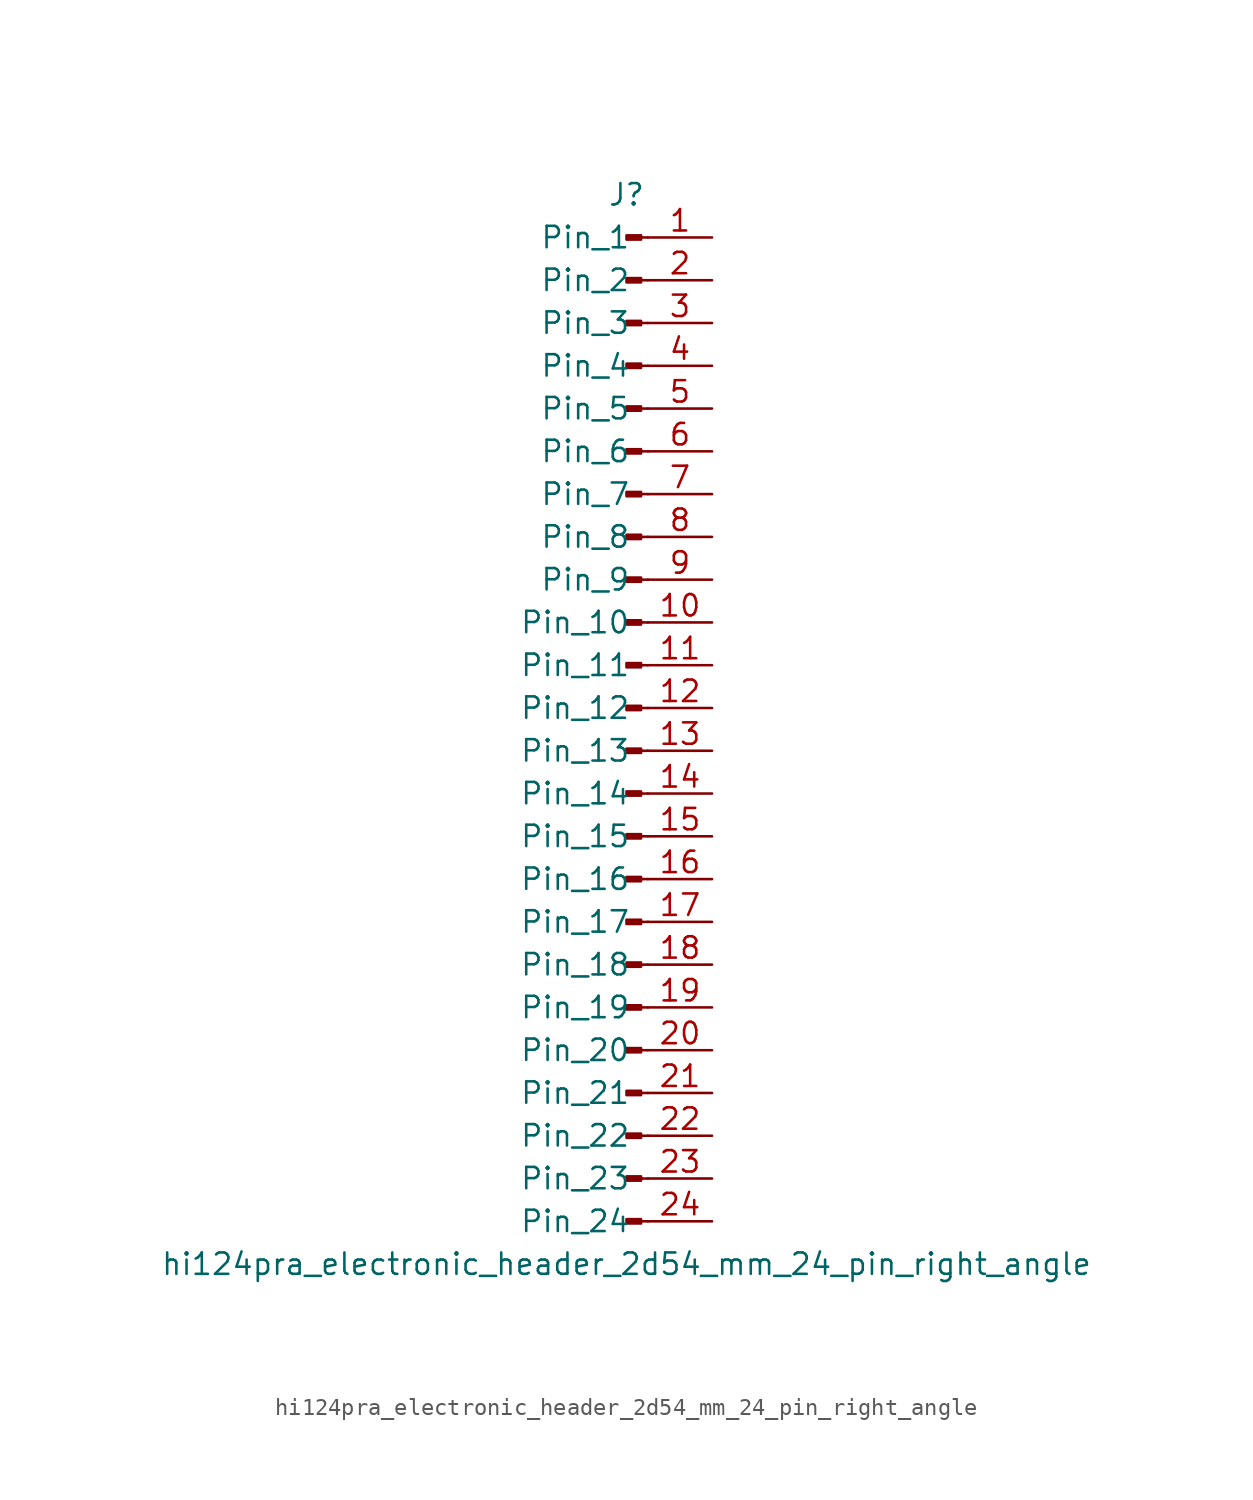
<source format=kicad_sym>
(kicad_symbol_lib
  (version 20220914)
  (generator kicad_symbol_editor)
  (symbol "hi124pra_electronic_header_2d54_mm_24_pin_right_angle"
    (pin_names
      (offset 1.016))
    (property "Reference" "J"
      (at 0 30.48 0)
      (effects (font (size 1.27 1.27))))
    (property "Value" "hi124pra_electronic_header_2d54_mm_24_pin_right_angle"
      (at 0 -33.02 0)
      (effects (font (size 1.27 1.27))))
    (property "ki_locked" ""
      (at 0 0 0)
      (effects (font (size 1.27 1.27))))
    (symbol "hi124pra_electronic_header_2d54_mm_24_pin_right_angle_1_1"
      (polyline (pts (xy 1.27 -30.48) (xy 0.864 -30.48)) (stroke (width 0.152) (type default)) (fill (type none)))
      (polyline (pts (xy 1.27 -27.94) (xy 0.864 -27.94)) (stroke (width 0.152) (type default)) (fill (type none)))
      (polyline (pts (xy 1.27 -25.4) (xy 0.864 -25.4)) (stroke (width 0.152) (type default)) (fill (type none)))
      (polyline (pts (xy 1.27 -22.86) (xy 0.864 -22.86)) (stroke (width 0.152) (type default)) (fill (type none)))
      (polyline (pts (xy 1.27 -20.32) (xy 0.864 -20.32)) (stroke (width 0.152) (type default)) (fill (type none)))
      (polyline (pts (xy 1.27 -17.78) (xy 0.864 -17.78)) (stroke (width 0.152) (type default)) (fill (type none)))
      (polyline (pts (xy 1.27 -15.24) (xy 0.864 -15.24)) (stroke (width 0.152) (type default)) (fill (type none)))
      (polyline (pts (xy 1.27 -12.7) (xy 0.864 -12.7)) (stroke (width 0.152) (type default)) (fill (type none)))
      (polyline (pts (xy 1.27 -10.16) (xy 0.864 -10.16)) (stroke (width 0.152) (type default)) (fill (type none)))
      (polyline (pts (xy 1.27 -7.62) (xy 0.864 -7.62)) (stroke (width 0.152) (type default)) (fill (type none)))
      (polyline (pts (xy 1.27 -5.08) (xy 0.864 -5.08)) (stroke (width 0.152) (type default)) (fill (type none)))
      (polyline (pts (xy 1.27 -2.54) (xy 0.864 -2.54)) (stroke (width 0.152) (type default)) (fill (type none)))
      (polyline (pts (xy 1.27 0) (xy 0.864 0)) (stroke (width 0.152) (type default)) (fill (type none)))
      (polyline (pts (xy 1.27 2.54) (xy 0.864 2.54)) (stroke (width 0.152) (type default)) (fill (type none)))
      (polyline (pts (xy 1.27 5.08) (xy 0.864 5.08)) (stroke (width 0.152) (type default)) (fill (type none)))
      (polyline (pts (xy 1.27 7.62) (xy 0.864 7.62)) (stroke (width 0.152) (type default)) (fill (type none)))
      (polyline (pts (xy 1.27 10.16) (xy 0.864 10.16)) (stroke (width 0.152) (type default)) (fill (type none)))
      (polyline (pts (xy 1.27 12.7) (xy 0.864 12.7)) (stroke (width 0.152) (type default)) (fill (type none)))
      (polyline (pts (xy 1.27 15.24) (xy 0.864 15.24)) (stroke (width 0.152) (type default)) (fill (type none)))
      (polyline (pts (xy 1.27 17.78) (xy 0.864 17.78)) (stroke (width 0.152) (type default)) (fill (type none)))
      (polyline (pts (xy 1.27 20.32) (xy 0.864 20.32)) (stroke (width 0.152) (type default)) (fill (type none)))
      (polyline (pts (xy 1.27 22.86) (xy 0.864 22.86)) (stroke (width 0.152) (type default)) (fill (type none)))
      (polyline (pts (xy 1.27 25.4) (xy 0.864 25.4)) (stroke (width 0.152) (type default)) (fill (type none)))
      (polyline (pts (xy 1.27 27.94) (xy 0.864 27.94)) (stroke (width 0.152) (type default)) (fill (type none)))
      (rectangle (start 0.864 -30.353) (end 0 -30.607) (stroke (width 0.152) (type default)) (fill (type outline)))
      (rectangle (start 0.864 -27.813) (end 0 -28.067) (stroke (width 0.152) (type default)) (fill (type outline)))
      (rectangle (start 0.864 -25.273) (end 0 -25.527) (stroke (width 0.152) (type default)) (fill (type outline)))
      (rectangle (start 0.864 -22.733) (end 0 -22.987) (stroke (width 0.152) (type default)) (fill (type outline)))
      (rectangle (start 0.864 -20.193) (end 0 -20.447) (stroke (width 0.152) (type default)) (fill (type outline)))
      (rectangle (start 0.864 -17.653) (end 0 -17.907) (stroke (width 0.152) (type default)) (fill (type outline)))
      (rectangle (start 0.864 -15.113) (end 0 -15.367) (stroke (width 0.152) (type default)) (fill (type outline)))
      (rectangle (start 0.864 -12.573) (end 0 -12.827) (stroke (width 0.152) (type default)) (fill (type outline)))
      (rectangle (start 0.864 -10.033) (end 0 -10.287) (stroke (width 0.152) (type default)) (fill (type outline)))
      (rectangle (start 0.864 -7.493) (end 0 -7.747) (stroke (width 0.152) (type default)) (fill (type outline)))
      (rectangle (start 0.864 -4.953) (end 0 -5.207) (stroke (width 0.152) (type default)) (fill (type outline)))
      (rectangle (start 0.864 -2.413) (end 0 -2.667) (stroke (width 0.152) (type default)) (fill (type outline)))
      (rectangle (start 0.864 0.127) (end 0 -0.127) (stroke (width 0.152) (type default)) (fill (type outline)))
      (rectangle (start 0.864 2.667) (end 0 2.413) (stroke (width 0.152) (type default)) (fill (type outline)))
      (rectangle (start 0.864 5.207) (end 0 4.953) (stroke (width 0.152) (type default)) (fill (type outline)))
      (rectangle (start 0.864 7.747) (end 0 7.493) (stroke (width 0.152) (type default)) (fill (type outline)))
      (rectangle (start 0.864 10.287) (end 0 10.033) (stroke (width 0.152) (type default)) (fill (type outline)))
      (rectangle (start 0.864 12.827) (end 0 12.573) (stroke (width 0.152) (type default)) (fill (type outline)))
      (rectangle (start 0.864 15.367) (end 0 15.113) (stroke (width 0.152) (type default)) (fill (type outline)))
      (rectangle (start 0.864 17.907) (end 0 17.653) (stroke (width 0.152) (type default)) (fill (type outline)))
      (rectangle (start 0.864 20.447) (end 0 20.193) (stroke (width 0.152) (type default)) (fill (type outline)))
      (rectangle (start 0.864 22.987) (end 0 22.733) (stroke (width 0.152) (type default)) (fill (type outline)))
      (rectangle (start 0.864 25.527) (end 0 25.273) (stroke (width 0.152) (type default)) (fill (type outline)))
      (rectangle (start 0.864 28.067) (end 0 27.813) (stroke (width 0.152) (type default)) (fill (type outline)))
      (pin passive line (at 5.08 27.94 180) (length 3.81) (name "Pin_1" (effects (font (size 1.27 1.27)))) (number "1" (effects (font (size 1.27 1.27)))))
      (pin passive line (at 5.08 5.08 180) (length 3.81) (name "Pin_10" (effects (font (size 1.27 1.27)))) (number "10" (effects (font (size 1.27 1.27)))))
      (pin passive line (at 5.08 2.54 180) (length 3.81) (name "Pin_11" (effects (font (size 1.27 1.27)))) (number "11" (effects (font (size 1.27 1.27)))))
      (pin passive line (at 5.08 0 180) (length 3.81) (name "Pin_12" (effects (font (size 1.27 1.27)))) (number "12" (effects (font (size 1.27 1.27)))))
      (pin passive line (at 5.08 -2.54 180) (length 3.81) (name "Pin_13" (effects (font (size 1.27 1.27)))) (number "13" (effects (font (size 1.27 1.27)))))
      (pin passive line (at 5.08 -5.08 180) (length 3.81) (name "Pin_14" (effects (font (size 1.27 1.27)))) (number "14" (effects (font (size 1.27 1.27)))))
      (pin passive line (at 5.08 -7.62 180) (length 3.81) (name "Pin_15" (effects (font (size 1.27 1.27)))) (number "15" (effects (font (size 1.27 1.27)))))
      (pin passive line (at 5.08 -10.16 180) (length 3.81) (name "Pin_16" (effects (font (size 1.27 1.27)))) (number "16" (effects (font (size 1.27 1.27)))))
      (pin passive line (at 5.08 -12.7 180) (length 3.81) (name "Pin_17" (effects (font (size 1.27 1.27)))) (number "17" (effects (font (size 1.27 1.27)))))
      (pin passive line (at 5.08 -15.24 180) (length 3.81) (name "Pin_18" (effects (font (size 1.27 1.27)))) (number "18" (effects (font (size 1.27 1.27)))))
      (pin passive line (at 5.08 -17.78 180) (length 3.81) (name "Pin_19" (effects (font (size 1.27 1.27)))) (number "19" (effects (font (size 1.27 1.27)))))
      (pin passive line (at 5.08 25.4 180) (length 3.81) (name "Pin_2" (effects (font (size 1.27 1.27)))) (number "2" (effects (font (size 1.27 1.27)))))
      (pin passive line (at 5.08 -20.32 180) (length 3.81) (name "Pin_20" (effects (font (size 1.27 1.27)))) (number "20" (effects (font (size 1.27 1.27)))))
      (pin passive line (at 5.08 -22.86 180) (length 3.81) (name "Pin_21" (effects (font (size 1.27 1.27)))) (number "21" (effects (font (size 1.27 1.27)))))
      (pin passive line (at 5.08 -25.4 180) (length 3.81) (name "Pin_22" (effects (font (size 1.27 1.27)))) (number "22" (effects (font (size 1.27 1.27)))))
      (pin passive line (at 5.08 -27.94 180) (length 3.81) (name "Pin_23" (effects (font (size 1.27 1.27)))) (number "23" (effects (font (size 1.27 1.27)))))
      (pin passive line (at 5.08 -30.48 180) (length 3.81) (name "Pin_24" (effects (font (size 1.27 1.27)))) (number "24" (effects (font (size 1.27 1.27)))))
      (pin passive line (at 5.08 22.86 180) (length 3.81) (name "Pin_3" (effects (font (size 1.27 1.27)))) (number "3" (effects (font (size 1.27 1.27)))))
      (pin passive line (at 5.08 20.32 180) (length 3.81) (name "Pin_4" (effects (font (size 1.27 1.27)))) (number "4" (effects (font (size 1.27 1.27)))))
      (pin passive line (at 5.08 17.78 180) (length 3.81) (name "Pin_5" (effects (font (size 1.27 1.27)))) (number "5" (effects (font (size 1.27 1.27)))))
      (pin passive line (at 5.08 15.24 180) (length 3.81) (name "Pin_6" (effects (font (size 1.27 1.27)))) (number "6" (effects (font (size 1.27 1.27)))))
      (pin passive line (at 5.08 12.7 180) (length 3.81) (name "Pin_7" (effects (font (size 1.27 1.27)))) (number "7" (effects (font (size 1.27 1.27)))))
      (pin passive line (at 5.08 10.16 180) (length 3.81) (name "Pin_8" (effects (font (size 1.27 1.27)))) (number "8" (effects (font (size 1.27 1.27)))))
      (pin passive line (at 5.08 7.62 180) (length 3.81) (name "Pin_9" (effects (font (size 1.27 1.27)))) (number "9" (effects (font (size 1.27 1.27))))))))
</source>
